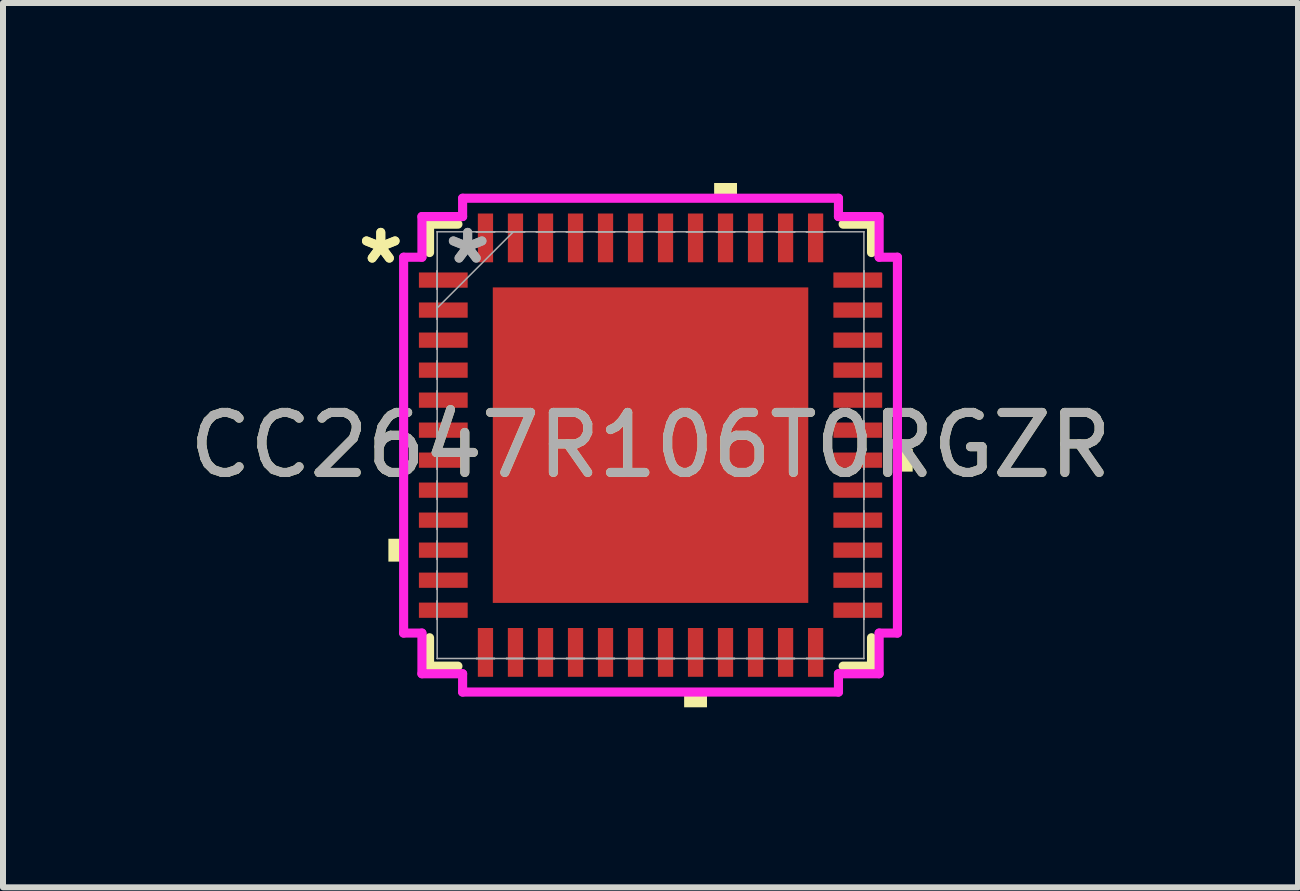
<source format=kicad_pcb>
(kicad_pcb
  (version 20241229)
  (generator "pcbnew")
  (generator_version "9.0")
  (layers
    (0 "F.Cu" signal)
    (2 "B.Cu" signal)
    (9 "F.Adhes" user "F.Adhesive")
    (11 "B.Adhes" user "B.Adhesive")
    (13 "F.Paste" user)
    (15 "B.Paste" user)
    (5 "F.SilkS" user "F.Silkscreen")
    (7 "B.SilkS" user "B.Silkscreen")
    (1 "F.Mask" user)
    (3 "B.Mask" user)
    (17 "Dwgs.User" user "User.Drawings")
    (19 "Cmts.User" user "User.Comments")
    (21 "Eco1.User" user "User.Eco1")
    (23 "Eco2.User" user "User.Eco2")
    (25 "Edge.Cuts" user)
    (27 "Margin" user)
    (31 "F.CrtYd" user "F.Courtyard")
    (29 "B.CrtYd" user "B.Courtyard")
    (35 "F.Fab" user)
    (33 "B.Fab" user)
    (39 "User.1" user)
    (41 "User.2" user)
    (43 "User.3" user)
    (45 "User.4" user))
  (footprint "CC2647R106T0RGZR"
    (layer "F.Cu")
    (at 7.792 4.369)
    (property "Reference" "CC2647R106T0RGZR" (at 0 0 0) (unlocked yes) (layer "F.SilkS") (effects (font (size 1 1) (thickness 0.15))))
    (attr smd)
    (fp_line (start -3.683 -3.683) (end -3.683 -3.21) (stroke (width 0.152) (type solid)) (layer "F.SilkS"))
    (fp_line (start -3.683 3.21) (end -3.683 3.683) (stroke (width 0.152) (type solid)) (layer "F.SilkS"))
    (fp_line (start -3.683 3.683) (end -3.21 3.683) (stroke (width 0.152) (type solid)) (layer "F.SilkS"))
    (fp_line (start -3.21 -3.683) (end -3.683 -3.683) (stroke (width 0.152) (type solid)) (layer "F.SilkS"))
    (fp_line (start 3.21 3.683) (end 3.683 3.683) (stroke (width 0.152) (type solid)) (layer "F.SilkS"))
    (fp_line (start 3.683 -3.683) (end 3.21 -3.683) (stroke (width 0.152) (type solid)) (layer "F.SilkS"))
    (fp_line (start 3.683 -3.21) (end 3.683 -3.683) (stroke (width 0.152) (type solid)) (layer "F.SilkS"))
    (fp_line (start 3.683 3.683) (end 3.683 3.21) (stroke (width 0.152) (type solid)) (layer "F.SilkS"))
    (fp_poly (pts (xy -4.369 1.56) (xy -4.369 1.941) (xy -4.115 1.941) (xy -4.115 1.56)) (stroke (width 0) (type solid)) (fill yes) (layer "F.SilkS"))
    (fp_poly (pts (xy 0.56 4.115) (xy 0.56 4.369) (xy 0.941 4.369) (xy 0.941 4.115)) (stroke (width 0) (type solid)) (fill yes) (layer "F.SilkS"))
    (fp_poly (pts (xy 1.06 -4.115) (xy 1.06 -4.369) (xy 1.441 -4.369) (xy 1.441 -4.115)) (stroke (width 0) (type solid)) (fill yes) (layer "F.SilkS"))
    (fp_poly (pts (xy 4.369 0.06) (xy 4.369 0.441) (xy 4.115 0.441) (xy 4.115 0.06)) (stroke (width 0) (type solid)) (fill yes) (layer "F.SilkS"))
    (fp_poly (pts (xy -2.529 -2.529) (xy -2.529 -1.414) (xy -1.414 -1.414) (xy -1.414 -2.529)) (stroke (width 0) (type solid)) (fill yes) (layer "F.Paste"))
    (fp_poly (pts (xy -2.529 -1.214) (xy -2.529 -0.1) (xy -1.414 -0.1) (xy -1.414 -1.214)) (stroke (width 0) (type solid)) (fill yes) (layer "F.Paste"))
    (fp_poly (pts (xy -2.529 0.1) (xy -2.529 1.214) (xy -1.414 1.214) (xy -1.414 0.1)) (stroke (width 0) (type solid)) (fill yes) (layer "F.Paste"))
    (fp_poly (pts (xy -2.529 1.414) (xy -2.529 2.529) (xy -1.414 2.529) (xy -1.414 1.414)) (stroke (width 0) (type solid)) (fill yes) (layer "F.Paste"))
    (fp_poly (pts (xy -1.214 -2.529) (xy -1.214 -1.414) (xy -0.1 -1.414) (xy -0.1 -2.529)) (stroke (width 0) (type solid)) (fill yes) (layer "F.Paste"))
    (fp_poly (pts (xy -1.214 -1.214) (xy -1.214 -0.1) (xy -0.1 -0.1) (xy -0.1 -1.214)) (stroke (width 0) (type solid)) (fill yes) (layer "F.Paste"))
    (fp_poly (pts (xy -1.214 0.1) (xy -1.214 1.214) (xy -0.1 1.214) (xy -0.1 0.1)) (stroke (width 0) (type solid)) (fill yes) (layer "F.Paste"))
    (fp_poly (pts (xy -1.214 1.414) (xy -1.214 2.529) (xy -0.1 2.529) (xy -0.1 1.414)) (stroke (width 0) (type solid)) (fill yes) (layer "F.Paste"))
    (fp_poly (pts (xy 0.1 -2.529) (xy 0.1 -1.414) (xy 1.214 -1.414) (xy 1.214 -2.529)) (stroke (width 0) (type solid)) (fill yes) (layer "F.Paste"))
    (fp_poly (pts (xy 0.1 -1.214) (xy 0.1 -0.1) (xy 1.214 -0.1) (xy 1.214 -1.214)) (stroke (width 0) (type solid)) (fill yes) (layer "F.Paste"))
    (fp_poly (pts (xy 0.1 0.1) (xy 0.1 1.214) (xy 1.214 1.214) (xy 1.214 0.1)) (stroke (width 0) (type solid)) (fill yes) (layer "F.Paste"))
    (fp_poly (pts (xy 0.1 1.414) (xy 0.1 2.529) (xy 1.214 2.529) (xy 1.214 1.414)) (stroke (width 0) (type solid)) (fill yes) (layer "F.Paste"))
    (fp_poly (pts (xy 1.414 -2.529) (xy 1.414 -1.414) (xy 2.529 -1.414) (xy 2.529 -2.529)) (stroke (width 0) (type solid)) (fill yes) (layer "F.Paste"))
    (fp_poly (pts (xy 1.414 -1.214) (xy 1.414 -0.1) (xy 2.529 -0.1) (xy 2.529 -1.214)) (stroke (width 0) (type solid)) (fill yes) (layer "F.Paste"))
    (fp_poly (pts (xy 1.414 0.1) (xy 1.414 1.214) (xy 2.529 1.214) (xy 2.529 0.1)) (stroke (width 0) (type solid)) (fill yes) (layer "F.Paste"))
    (fp_poly (pts (xy 1.414 1.414) (xy 1.414 2.529) (xy 2.529 2.529) (xy 2.529 1.414)) (stroke (width 0) (type solid)) (fill yes) (layer "F.Paste"))
    (fp_line (start -4.115 -3.132) (end -3.81 -3.132) (stroke (width 0.152) (type solid)) (layer "F.CrtYd"))
    (fp_line (start -4.115 3.132) (end -4.115 -3.132) (stroke (width 0.152) (type solid)) (layer "F.CrtYd"))
    (fp_line (start -3.81 -3.81) (end -3.132 -3.81) (stroke (width 0.152) (type solid)) (layer "F.CrtYd"))
    (fp_line (start -3.81 -3.132) (end -3.81 -3.81) (stroke (width 0.152) (type solid)) (layer "F.CrtYd"))
    (fp_line (start -3.81 3.132) (end -4.115 3.132) (stroke (width 0.152) (type solid)) (layer "F.CrtYd"))
    (fp_line (start -3.81 3.81) (end -3.81 3.132) (stroke (width 0.152) (type solid)) (layer "F.CrtYd"))
    (fp_line (start -3.132 -4.115) (end 3.132 -4.115) (stroke (width 0.152) (type solid)) (layer "F.CrtYd"))
    (fp_line (start -3.132 -3.81) (end -3.132 -4.115) (stroke (width 0.152) (type solid)) (layer "F.CrtYd"))
    (fp_line (start -3.132 3.81) (end -3.81 3.81) (stroke (width 0.152) (type solid)) (layer "F.CrtYd"))
    (fp_line (start -3.132 4.115) (end -3.132 3.81) (stroke (width 0.152) (type solid)) (layer "F.CrtYd"))
    (fp_line (start 3.132 -4.115) (end 3.132 -3.81) (stroke (width 0.152) (type solid)) (layer "F.CrtYd"))
    (fp_line (start 3.132 -3.81) (end 3.81 -3.81) (stroke (width 0.152) (type solid)) (layer "F.CrtYd"))
    (fp_line (start 3.132 3.81) (end 3.132 4.115) (stroke (width 0.152) (type solid)) (layer "F.CrtYd"))
    (fp_line (start 3.132 4.115) (end -3.132 4.115) (stroke (width 0.152) (type solid)) (layer "F.CrtYd"))
    (fp_line (start 3.81 -3.81) (end 3.81 -3.132) (stroke (width 0.152) (type solid)) (layer "F.CrtYd"))
    (fp_line (start 3.81 -3.132) (end 4.115 -3.132) (stroke (width 0.152) (type solid)) (layer "F.CrtYd"))
    (fp_line (start 3.81 3.132) (end 3.81 3.81) (stroke (width 0.152) (type solid)) (layer "F.CrtYd"))
    (fp_line (start 3.81 3.81) (end 3.132 3.81) (stroke (width 0.152) (type solid)) (layer "F.CrtYd"))
    (fp_line (start 4.115 -3.132) (end 4.115 3.132) (stroke (width 0.152) (type solid)) (layer "F.CrtYd"))
    (fp_line (start 4.115 3.132) (end 3.81 3.132) (stroke (width 0.152) (type solid)) (layer "F.CrtYd"))
    (fp_line (start -3.556 -3.556) (end -3.556 -3.556) (stroke (width 0.025) (type solid)) (layer "F.Fab"))
    (fp_line (start -3.556 -3.556) (end -3.556 3.556) (stroke (width 0.025) (type solid)) (layer "F.Fab"))
    (fp_line (start -3.556 -2.903) (end -3.556 -2.903) (stroke (width 0.025) (type solid)) (layer "F.Fab"))
    (fp_line (start -3.556 -2.903) (end -3.556 -2.598) (stroke (width 0.025) (type solid)) (layer "F.Fab"))
    (fp_line (start -3.556 -2.598) (end -3.556 -2.903) (stroke (width 0.025) (type solid)) (layer "F.Fab"))
    (fp_line (start -3.556 -2.598) (end -3.556 -2.598) (stroke (width 0.025) (type solid)) (layer "F.Fab"))
    (fp_line (start -3.556 -2.403) (end -3.556 -2.403) (stroke (width 0.025) (type solid)) (layer "F.Fab"))
    (fp_line (start -3.556 -2.403) (end -3.556 -2.098) (stroke (width 0.025) (type solid)) (layer "F.Fab"))
    (fp_line (start -3.556 -2.286) (end -2.286 -3.556) (stroke (width 0.025) (type solid)) (layer "F.Fab"))
    (fp_line (start -3.556 -2.098) (end -3.556 -2.403) (stroke (width 0.025) (type solid)) (layer "F.Fab"))
    (fp_line (start -3.556 -2.098) (end -3.556 -2.098) (stroke (width 0.025) (type solid)) (layer "F.Fab"))
    (fp_line (start -3.556 -1.903) (end -3.556 -1.903) (stroke (width 0.025) (type solid)) (layer "F.Fab"))
    (fp_line (start -3.556 -1.903) (end -3.556 -1.598) (stroke (width 0.025) (type solid)) (layer "F.Fab"))
    (fp_line (start -3.556 -1.598) (end -3.556 -1.903) (stroke (width 0.025) (type solid)) (layer "F.Fab"))
    (fp_line (start -3.556 -1.598) (end -3.556 -1.598) (stroke (width 0.025) (type solid)) (layer "F.Fab"))
    (fp_line (start -3.556 -1.403) (end -3.556 -1.403) (stroke (width 0.025) (type solid)) (layer "F.Fab"))
    (fp_line (start -3.556 -1.403) (end -3.556 -1.098) (stroke (width 0.025) (type solid)) (layer "F.Fab"))
    (fp_line (start -3.556 -1.098) (end -3.556 -1.403) (stroke (width 0.025) (type solid)) (layer "F.Fab"))
    (fp_line (start -3.556 -1.098) (end -3.556 -1.098) (stroke (width 0.025) (type solid)) (layer "F.Fab"))
    (fp_line (start -3.556 -0.903) (end -3.556 -0.903) (stroke (width 0.025) (type solid)) (layer "F.Fab"))
    (fp_line (start -3.556 -0.903) (end -3.556 -0.598) (stroke (width 0.025) (type solid)) (layer "F.Fab"))
    (fp_line (start -3.556 -0.598) (end -3.556 -0.903) (stroke (width 0.025) (type solid)) (layer "F.Fab"))
    (fp_line (start -3.556 -0.598) (end -3.556 -0.598) (stroke (width 0.025) (type solid)) (layer "F.Fab"))
    (fp_line (start -3.556 -0.402) (end -3.556 -0.402) (stroke (width 0.025) (type solid)) (layer "F.Fab"))
    (fp_line (start -3.556 -0.402) (end -3.556 -0.098) (stroke (width 0.025) (type solid)) (layer "F.Fab"))
    (fp_line (start -3.556 -0.098) (end -3.556 -0.402) (stroke (width 0.025) (type solid)) (layer "F.Fab"))
    (fp_line (start -3.556 -0.098) (end -3.556 -0.098) (stroke (width 0.025) (type solid)) (layer "F.Fab"))
    (fp_line (start -3.556 0.098) (end -3.556 0.098) (stroke (width 0.025) (type solid)) (layer "F.Fab"))
    (fp_line (start -3.556 0.098) (end -3.556 0.402) (stroke (width 0.025) (type solid)) (layer "F.Fab"))
    (fp_line (start -3.556 0.402) (end -3.556 0.098) (stroke (width 0.025) (type solid)) (layer "F.Fab"))
    (fp_line (start -3.556 0.402) (end -3.556 0.402) (stroke (width 0.025) (type solid)) (layer "F.Fab"))
    (fp_line (start -3.556 0.598) (end -3.556 0.598) (stroke (width 0.025) (type solid)) (layer "F.Fab"))
    (fp_line (start -3.556 0.598) (end -3.556 0.903) (stroke (width 0.025) (type solid)) (layer "F.Fab"))
    (fp_line (start -3.556 0.903) (end -3.556 0.598) (stroke (width 0.025) (type solid)) (layer "F.Fab"))
    (fp_line (start -3.556 0.903) (end -3.556 0.903) (stroke (width 0.025) (type solid)) (layer "F.Fab"))
    (fp_line (start -3.556 1.098) (end -3.556 1.098) (stroke (width 0.025) (type solid)) (layer "F.Fab"))
    (fp_line (start -3.556 1.098) (end -3.556 1.403) (stroke (width 0.025) (type solid)) (layer "F.Fab"))
    (fp_line (start -3.556 1.403) (end -3.556 1.098) (stroke (width 0.025) (type solid)) (layer "F.Fab"))
    (fp_line (start -3.556 1.403) (end -3.556 1.403) (stroke (width 0.025) (type solid)) (layer "F.Fab"))
    (fp_line (start -3.556 1.598) (end -3.556 1.598) (stroke (width 0.025) (type solid)) (layer "F.Fab"))
    (fp_line (start -3.556 1.598) (end -3.556 1.903) (stroke (width 0.025) (type solid)) (layer "F.Fab"))
    (fp_line (start -3.556 1.903) (end -3.556 1.598) (stroke (width 0.025) (type solid)) (layer "F.Fab"))
    (fp_line (start -3.556 1.903) (end -3.556 1.903) (stroke (width 0.025) (type solid)) (layer "F.Fab"))
    (fp_line (start -3.556 2.098) (end -3.556 2.098) (stroke (width 0.025) (type solid)) (layer "F.Fab"))
    (fp_line (start -3.556 2.098) (end -3.556 2.403) (stroke (width 0.025) (type solid)) (layer "F.Fab"))
    (fp_line (start -3.556 2.403) (end -3.556 2.098) (stroke (width 0.025) (type solid)) (layer "F.Fab"))
    (fp_line (start -3.556 2.403) (end -3.556 2.403) (stroke (width 0.025) (type solid)) (layer "F.Fab"))
    (fp_line (start -3.556 2.598) (end -3.556 2.598) (stroke (width 0.025) (type solid)) (layer "F.Fab"))
    (fp_line (start -3.556 2.598) (end -3.556 2.903) (stroke (width 0.025) (type solid)) (layer "F.Fab"))
    (fp_line (start -3.556 2.903) (end -3.556 2.598) (stroke (width 0.025) (type solid)) (layer "F.Fab"))
    (fp_line (start -3.556 2.903) (end -3.556 2.903) (stroke (width 0.025) (type solid)) (layer "F.Fab"))
    (fp_line (start -3.556 3.556) (end -3.556 3.556) (stroke (width 0.025) (type solid)) (layer "F.Fab"))
    (fp_line (start -3.556 3.556) (end 3.556 3.556) (stroke (width 0.025) (type solid)) (layer "F.Fab"))
    (fp_line (start -2.903 -3.556) (end -2.903 -3.556) (stroke (width 0.025) (type solid)) (layer "F.Fab"))
    (fp_line (start -2.903 -3.556) (end -2.598 -3.556) (stroke (width 0.025) (type solid)) (layer "F.Fab"))
    (fp_line (start -2.903 3.556) (end -2.903 3.556) (stroke (width 0.025) (type solid)) (layer "F.Fab"))
    (fp_line (start -2.903 3.556) (end -2.598 3.556) (stroke (width 0.025) (type solid)) (layer "F.Fab"))
    (fp_line (start -2.598 -3.556) (end -2.903 -3.556) (stroke (width 0.025) (type solid)) (layer "F.Fab"))
    (fp_line (start -2.598 -3.556) (end -2.598 -3.556) (stroke (width 0.025) (type solid)) (layer "F.Fab"))
    (fp_line (start -2.598 3.556) (end -2.903 3.556) (stroke (width 0.025) (type solid)) (layer "F.Fab"))
    (fp_line (start -2.598 3.556) (end -2.598 3.556) (stroke (width 0.025) (type solid)) (layer "F.Fab"))
    (fp_line (start -2.403 -3.556) (end -2.403 -3.556) (stroke (width 0.025) (type solid)) (layer "F.Fab"))
    (fp_line (start -2.403 -3.556) (end -2.098 -3.556) (stroke (width 0.025) (type solid)) (layer "F.Fab"))
    (fp_line (start -2.403 3.556) (end -2.403 3.556) (stroke (width 0.025) (type solid)) (layer "F.Fab"))
    (fp_line (start -2.403 3.556) (end -2.098 3.556) (stroke (width 0.025) (type solid)) (layer "F.Fab"))
    (fp_line (start -2.098 -3.556) (end -2.403 -3.556) (stroke (width 0.025) (type solid)) (layer "F.Fab"))
    (fp_line (start -2.098 -3.556) (end -2.098 -3.556) (stroke (width 0.025) (type solid)) (layer "F.Fab"))
    (fp_line (start -2.098 3.556) (end -2.403 3.556) (stroke (width 0.025) (type solid)) (layer "F.Fab"))
    (fp_line (start -2.098 3.556) (end -2.098 3.556) (stroke (width 0.025) (type solid)) (layer "F.Fab"))
    (fp_line (start -1.903 -3.556) (end -1.903 -3.556) (stroke (width 0.025) (type solid)) (layer "F.Fab"))
    (fp_line (start -1.903 -3.556) (end -1.598 -3.556) (stroke (width 0.025) (type solid)) (layer "F.Fab"))
    (fp_line (start -1.903 3.556) (end -1.903 3.556) (stroke (width 0.025) (type solid)) (layer "F.Fab"))
    (fp_line (start -1.903 3.556) (end -1.598 3.556) (stroke (width 0.025) (type solid)) (layer "F.Fab"))
    (fp_line (start -1.598 -3.556) (end -1.903 -3.556) (stroke (width 0.025) (type solid)) (layer "F.Fab"))
    (fp_line (start -1.598 -3.556) (end -1.598 -3.556) (stroke (width 0.025) (type solid)) (layer "F.Fab"))
    (fp_line (start -1.598 3.556) (end -1.903 3.556) (stroke (width 0.025) (type solid)) (layer "F.Fab"))
    (fp_line (start -1.598 3.556) (end -1.598 3.556) (stroke (width 0.025) (type solid)) (layer "F.Fab"))
    (fp_line (start -1.403 -3.556) (end -1.403 -3.556) (stroke (width 0.025) (type solid)) (layer "F.Fab"))
    (fp_line (start -1.403 -3.556) (end -1.098 -3.556) (stroke (width 0.025) (type solid)) (layer "F.Fab"))
    (fp_line (start -1.403 3.556) (end -1.403 3.556) (stroke (width 0.025) (type solid)) (layer "F.Fab"))
    (fp_line (start -1.403 3.556) (end -1.098 3.556) (stroke (width 0.025) (type solid)) (layer "F.Fab"))
    (fp_line (start -1.098 -3.556) (end -1.403 -3.556) (stroke (width 0.025) (type solid)) (layer "F.Fab"))
    (fp_line (start -1.098 -3.556) (end -1.098 -3.556) (stroke (width 0.025) (type solid)) (layer "F.Fab"))
    (fp_line (start -1.098 3.556) (end -1.403 3.556) (stroke (width 0.025) (type solid)) (layer "F.Fab"))
    (fp_line (start -1.098 3.556) (end -1.098 3.556) (stroke (width 0.025) (type solid)) (layer "F.Fab"))
    (fp_line (start -0.903 -3.556) (end -0.903 -3.556) (stroke (width 0.025) (type solid)) (layer "F.Fab"))
    (fp_line (start -0.903 -3.556) (end -0.598 -3.556) (stroke (width 0.025) (type solid)) (layer "F.Fab"))
    (fp_line (start -0.903 3.556) (end -0.903 3.556) (stroke (width 0.025) (type solid)) (layer "F.Fab"))
    (fp_line (start -0.903 3.556) (end -0.598 3.556) (stroke (width 0.025) (type solid)) (layer "F.Fab"))
    (fp_line (start -0.598 -3.556) (end -0.903 -3.556) (stroke (width 0.025) (type solid)) (layer "F.Fab"))
    (fp_line (start -0.598 -3.556) (end -0.598 -3.556) (stroke (width 0.025) (type solid)) (layer "F.Fab"))
    (fp_line (start -0.598 3.556) (end -0.903 3.556) (stroke (width 0.025) (type solid)) (layer "F.Fab"))
    (fp_line (start -0.598 3.556) (end -0.598 3.556) (stroke (width 0.025) (type solid)) (layer "F.Fab"))
    (fp_line (start -0.402 -3.556) (end -0.402 -3.556) (stroke (width 0.025) (type solid)) (layer "F.Fab"))
    (fp_line (start -0.402 -3.556) (end -0.098 -3.556) (stroke (width 0.025) (type solid)) (layer "F.Fab"))
    (fp_line (start -0.402 3.556) (end -0.402 3.556) (stroke (width 0.025) (type solid)) (layer "F.Fab"))
    (fp_line (start -0.402 3.556) (end -0.098 3.556) (stroke (width 0.025) (type solid)) (layer "F.Fab"))
    (fp_line (start -0.098 -3.556) (end -0.402 -3.556) (stroke (width 0.025) (type solid)) (layer "F.Fab"))
    (fp_line (start -0.098 -3.556) (end -0.098 -3.556) (stroke (width 0.025) (type solid)) (layer "F.Fab"))
    (fp_line (start -0.098 3.556) (end -0.402 3.556) (stroke (width 0.025) (type solid)) (layer "F.Fab"))
    (fp_line (start -0.098 3.556) (end -0.098 3.556) (stroke (width 0.025) (type solid)) (layer "F.Fab"))
    (fp_line (start 0.098 -3.556) (end 0.098 -3.556) (stroke (width 0.025) (type solid)) (layer "F.Fab"))
    (fp_line (start 0.098 -3.556) (end 0.402 -3.556) (stroke (width 0.025) (type solid)) (layer "F.Fab"))
    (fp_line (start 0.098 3.556) (end 0.098 3.556) (stroke (width 0.025) (type solid)) (layer "F.Fab"))
    (fp_line (start 0.098 3.556) (end 0.402 3.556) (stroke (width 0.025) (type solid)) (layer "F.Fab"))
    (fp_line (start 0.402 -3.556) (end 0.098 -3.556) (stroke (width 0.025) (type solid)) (layer "F.Fab"))
    (fp_line (start 0.402 -3.556) (end 0.402 -3.556) (stroke (width 0.025) (type solid)) (layer "F.Fab"))
    (fp_line (start 0.402 3.556) (end 0.098 3.556) (stroke (width 0.025) (type solid)) (layer "F.Fab"))
    (fp_line (start 0.402 3.556) (end 0.402 3.556) (stroke (width 0.025) (type solid)) (layer "F.Fab"))
    (fp_line (start 0.598 -3.556) (end 0.598 -3.556) (stroke (width 0.025) (type solid)) (layer "F.Fab"))
    (fp_line (start 0.598 -3.556) (end 0.903 -3.556) (stroke (width 0.025) (type solid)) (layer "F.Fab"))
    (fp_line (start 0.598 3.556) (end 0.598 3.556) (stroke (width 0.025) (type solid)) (layer "F.Fab"))
    (fp_line (start 0.598 3.556) (end 0.903 3.556) (stroke (width 0.025) (type solid)) (layer "F.Fab"))
    (fp_line (start 0.903 -3.556) (end 0.598 -3.556) (stroke (width 0.025) (type solid)) (layer "F.Fab"))
    (fp_line (start 0.903 -3.556) (end 0.903 -3.556) (stroke (width 0.025) (type solid)) (layer "F.Fab"))
    (fp_line (start 0.903 3.556) (end 0.598 3.556) (stroke (width 0.025) (type solid)) (layer "F.Fab"))
    (fp_line (start 0.903 3.556) (end 0.903 3.556) (stroke (width 0.025) (type solid)) (layer "F.Fab"))
    (fp_line (start 1.098 -3.556) (end 1.098 -3.556) (stroke (width 0.025) (type solid)) (layer "F.Fab"))
    (fp_line (start 1.098 -3.556) (end 1.403 -3.556) (stroke (width 0.025) (type solid)) (layer "F.Fab"))
    (fp_line (start 1.098 3.556) (end 1.098 3.556) (stroke (width 0.025) (type solid)) (layer "F.Fab"))
    (fp_line (start 1.098 3.556) (end 1.403 3.556) (stroke (width 0.025) (type solid)) (layer "F.Fab"))
    (fp_line (start 1.403 -3.556) (end 1.098 -3.556) (stroke (width 0.025) (type solid)) (layer "F.Fab"))
    (fp_line (start 1.403 -3.556) (end 1.403 -3.556) (stroke (width 0.025) (type solid)) (layer "F.Fab"))
    (fp_line (start 1.403 3.556) (end 1.098 3.556) (stroke (width 0.025) (type solid)) (layer "F.Fab"))
    (fp_line (start 1.403 3.556) (end 1.403 3.556) (stroke (width 0.025) (type solid)) (layer "F.Fab"))
    (fp_line (start 1.598 -3.556) (end 1.598 -3.556) (stroke (width 0.025) (type solid)) (layer "F.Fab"))
    (fp_line (start 1.598 -3.556) (end 1.903 -3.556) (stroke (width 0.025) (type solid)) (layer "F.Fab"))
    (fp_line (start 1.598 3.556) (end 1.598 3.556) (stroke (width 0.025) (type solid)) (layer "F.Fab"))
    (fp_line (start 1.598 3.556) (end 1.903 3.556) (stroke (width 0.025) (type solid)) (layer "F.Fab"))
    (fp_line (start 1.903 -3.556) (end 1.598 -3.556) (stroke (width 0.025) (type solid)) (layer "F.Fab"))
    (fp_line (start 1.903 -3.556) (end 1.903 -3.556) (stroke (width 0.025) (type solid)) (layer "F.Fab"))
    (fp_line (start 1.903 3.556) (end 1.598 3.556) (stroke (width 0.025) (type solid)) (layer "F.Fab"))
    (fp_line (start 1.903 3.556) (end 1.903 3.556) (stroke (width 0.025) (type solid)) (layer "F.Fab"))
    (fp_line (start 2.098 -3.556) (end 2.098 -3.556) (stroke (width 0.025) (type solid)) (layer "F.Fab"))
    (fp_line (start 2.098 -3.556) (end 2.403 -3.556) (stroke (width 0.025) (type solid)) (layer "F.Fab"))
    (fp_line (start 2.098 3.556) (end 2.098 3.556) (stroke (width 0.025) (type solid)) (layer "F.Fab"))
    (fp_line (start 2.098 3.556) (end 2.403 3.556) (stroke (width 0.025) (type solid)) (layer "F.Fab"))
    (fp_line (start 2.403 -3.556) (end 2.098 -3.556) (stroke (width 0.025) (type solid)) (layer "F.Fab"))
    (fp_line (start 2.403 -3.556) (end 2.403 -3.556) (stroke (width 0.025) (type solid)) (layer "F.Fab"))
    (fp_line (start 2.403 3.556) (end 2.098 3.556) (stroke (width 0.025) (type solid)) (layer "F.Fab"))
    (fp_line (start 2.403 3.556) (end 2.403 3.556) (stroke (width 0.025) (type solid)) (layer "F.Fab"))
    (fp_line (start 2.598 -3.556) (end 2.598 -3.556) (stroke (width 0.025) (type solid)) (layer "F.Fab"))
    (fp_line (start 2.598 -3.556) (end 2.903 -3.556) (stroke (width 0.025) (type solid)) (layer "F.Fab"))
    (fp_line (start 2.598 3.556) (end 2.598 3.556) (stroke (width 0.025) (type solid)) (layer "F.Fab"))
    (fp_line (start 2.598 3.556) (end 2.903 3.556) (stroke (width 0.025) (type solid)) (layer "F.Fab"))
    (fp_line (start 2.903 -3.556) (end 2.598 -3.556) (stroke (width 0.025) (type solid)) (layer "F.Fab"))
    (fp_line (start 2.903 -3.556) (end 2.903 -3.556) (stroke (width 0.025) (type solid)) (layer "F.Fab"))
    (fp_line (start 2.903 3.556) (end 2.598 3.556) (stroke (width 0.025) (type solid)) (layer "F.Fab"))
    (fp_line (start 2.903 3.556) (end 2.903 3.556) (stroke (width 0.025) (type solid)) (layer "F.Fab"))
    (fp_line (start 3.556 -3.556) (end -3.556 -3.556) (stroke (width 0.025) (type solid)) (layer "F.Fab"))
    (fp_line (start 3.556 -3.556) (end 3.556 -3.556) (stroke (width 0.025) (type solid)) (layer "F.Fab"))
    (fp_line (start 3.556 -2.903) (end 3.556 -2.903) (stroke (width 0.025) (type solid)) (layer "F.Fab"))
    (fp_line (start 3.556 -2.903) (end 3.556 -2.598) (stroke (width 0.025) (type solid)) (layer "F.Fab"))
    (fp_line (start 3.556 -2.598) (end 3.556 -2.903) (stroke (width 0.025) (type solid)) (layer "F.Fab"))
    (fp_line (start 3.556 -2.598) (end 3.556 -2.598) (stroke (width 0.025) (type solid)) (layer "F.Fab"))
    (fp_line (start 3.556 -2.403) (end 3.556 -2.403) (stroke (width 0.025) (type solid)) (layer "F.Fab"))
    (fp_line (start 3.556 -2.403) (end 3.556 -2.098) (stroke (width 0.025) (type solid)) (layer "F.Fab"))
    (fp_line (start 3.556 -2.098) (end 3.556 -2.403) (stroke (width 0.025) (type solid)) (layer "F.Fab"))
    (fp_line (start 3.556 -2.098) (end 3.556 -2.098) (stroke (width 0.025) (type solid)) (layer "F.Fab"))
    (fp_line (start 3.556 -1.903) (end 3.556 -1.903) (stroke (width 0.025) (type solid)) (layer "F.Fab"))
    (fp_line (start 3.556 -1.903) (end 3.556 -1.598) (stroke (width 0.025) (type solid)) (layer "F.Fab"))
    (fp_line (start 3.556 -1.598) (end 3.556 -1.903) (stroke (width 0.025) (type solid)) (layer "F.Fab"))
    (fp_line (start 3.556 -1.598) (end 3.556 -1.598) (stroke (width 0.025) (type solid)) (layer "F.Fab"))
    (fp_line (start 3.556 -1.403) (end 3.556 -1.403) (stroke (width 0.025) (type solid)) (layer "F.Fab"))
    (fp_line (start 3.556 -1.403) (end 3.556 -1.098) (stroke (width 0.025) (type solid)) (layer "F.Fab"))
    (fp_line (start 3.556 -1.098) (end 3.556 -1.403) (stroke (width 0.025) (type solid)) (layer "F.Fab"))
    (fp_line (start 3.556 -1.098) (end 3.556 -1.098) (stroke (width 0.025) (type solid)) (layer "F.Fab"))
    (fp_line (start 3.556 -0.903) (end 3.556 -0.903) (stroke (width 0.025) (type solid)) (layer "F.Fab"))
    (fp_line (start 3.556 -0.903) (end 3.556 -0.598) (stroke (width 0.025) (type solid)) (layer "F.Fab"))
    (fp_line (start 3.556 -0.598) (end 3.556 -0.903) (stroke (width 0.025) (type solid)) (layer "F.Fab"))
    (fp_line (start 3.556 -0.598) (end 3.556 -0.598) (stroke (width 0.025) (type solid)) (layer "F.Fab"))
    (fp_line (start 3.556 -0.402) (end 3.556 -0.402) (stroke (width 0.025) (type solid)) (layer "F.Fab"))
    (fp_line (start 3.556 -0.402) (end 3.556 -0.098) (stroke (width 0.025) (type solid)) (layer "F.Fab"))
    (fp_line (start 3.556 -0.098) (end 3.556 -0.402) (stroke (width 0.025) (type solid)) (layer "F.Fab"))
    (fp_line (start 3.556 -0.098) (end 3.556 -0.098) (stroke (width 0.025) (type solid)) (layer "F.Fab"))
    (fp_line (start 3.556 0.098) (end 3.556 0.098) (stroke (width 0.025) (type solid)) (layer "F.Fab"))
    (fp_line (start 3.556 0.098) (end 3.556 0.402) (stroke (width 0.025) (type solid)) (layer "F.Fab"))
    (fp_line (start 3.556 0.402) (end 3.556 0.098) (stroke (width 0.025) (type solid)) (layer "F.Fab"))
    (fp_line (start 3.556 0.402) (end 3.556 0.402) (stroke (width 0.025) (type solid)) (layer "F.Fab"))
    (fp_line (start 3.556 0.598) (end 3.556 0.598) (stroke (width 0.025) (type solid)) (layer "F.Fab"))
    (fp_line (start 3.556 0.598) (end 3.556 0.903) (stroke (width 0.025) (type solid)) (layer "F.Fab"))
    (fp_line (start 3.556 0.903) (end 3.556 0.598) (stroke (width 0.025) (type solid)) (layer "F.Fab"))
    (fp_line (start 3.556 0.903) (end 3.556 0.903) (stroke (width 0.025) (type solid)) (layer "F.Fab"))
    (fp_line (start 3.556 1.098) (end 3.556 1.098) (stroke (width 0.025) (type solid)) (layer "F.Fab"))
    (fp_line (start 3.556 1.098) (end 3.556 1.403) (stroke (width 0.025) (type solid)) (layer "F.Fab"))
    (fp_line (start 3.556 1.403) (end 3.556 1.098) (stroke (width 0.025) (type solid)) (layer "F.Fab"))
    (fp_line (start 3.556 1.403) (end 3.556 1.403) (stroke (width 0.025) (type solid)) (layer "F.Fab"))
    (fp_line (start 3.556 1.598) (end 3.556 1.598) (stroke (width 0.025) (type solid)) (layer "F.Fab"))
    (fp_line (start 3.556 1.598) (end 3.556 1.903) (stroke (width 0.025) (type solid)) (layer "F.Fab"))
    (fp_line (start 3.556 1.903) (end 3.556 1.598) (stroke (width 0.025) (type solid)) (layer "F.Fab"))
    (fp_line (start 3.556 1.903) (end 3.556 1.903) (stroke (width 0.025) (type solid)) (layer "F.Fab"))
    (fp_line (start 3.556 2.098) (end 3.556 2.098) (stroke (width 0.025) (type solid)) (layer "F.Fab"))
    (fp_line (start 3.556 2.098) (end 3.556 2.403) (stroke (width 0.025) (type solid)) (layer "F.Fab"))
    (fp_line (start 3.556 2.403) (end 3.556 2.098) (stroke (width 0.025) (type solid)) (layer "F.Fab"))
    (fp_line (start 3.556 2.403) (end 3.556 2.403) (stroke (width 0.025) (type solid)) (layer "F.Fab"))
    (fp_line (start 3.556 2.598) (end 3.556 2.598) (stroke (width 0.025) (type solid)) (layer "F.Fab"))
    (fp_line (start 3.556 2.598) (end 3.556 2.903) (stroke (width 0.025) (type solid)) (layer "F.Fab"))
    (fp_line (start 3.556 2.903) (end 3.556 2.598) (stroke (width 0.025) (type solid)) (layer "F.Fab"))
    (fp_line (start 3.556 2.903) (end 3.556 2.903) (stroke (width 0.025) (type solid)) (layer "F.Fab"))
    (fp_line (start 3.556 3.556) (end 3.556 -3.556) (stroke (width 0.025) (type solid)) (layer "F.Fab"))
    (fp_line (start 3.556 3.556) (end 3.556 3.556) (stroke (width 0.025) (type solid)) (layer "F.Fab"))
    (fp_text user "*" (at -4.496 -3.001 0) (unlocked yes) (layer "F.SilkS") (effects (font (size 1 1) (thickness 0.15))))
    (fp_text user "*" (at -4.496 -3.001 0) (layer "F.SilkS") (effects (font (size 1 1) (thickness 0.15))))
    (fp_text user "*" (at -3.048 -3.001 0) (unlocked yes) (layer "F.Fab") (effects (font (size 1 1) (thickness 0.15))))
    (fp_text user "${REFERENCE}" (at 0 0 0) (unlocked yes) (layer "F.Fab") (effects (font (size 1 1) (thickness 0.15))))
    (fp_text user "*" (at -3.048 -3.001 0) (layer "F.Fab") (effects (font (size 1 1) (thickness 0.15))))
    (pad "1" smd rect (at -3.454 -2.751 90) (size 0.254 0.813) (layers "F.Cu" "F.Mask" "F.Paste"))
    (pad "2" smd rect (at -3.454 -2.251 90) (size 0.254 0.813) (layers "F.Cu" "F.Mask" "F.Paste"))
    (pad "3" smd rect (at -3.454 -1.75 90) (size 0.254 0.813) (layers "F.Cu" "F.Mask" "F.Paste"))
    (pad "4" smd rect (at -3.454 -1.25 90) (size 0.254 0.813) (layers "F.Cu" "F.Mask" "F.Paste"))
    (pad "5" smd rect (at -3.454 -0.75 90) (size 0.254 0.813) (layers "F.Cu" "F.Mask" "F.Paste"))
    (pad "6" smd rect (at -3.454 -0.25 90) (size 0.254 0.813) (layers "F.Cu" "F.Mask" "F.Paste"))
    (pad "7" smd rect (at -3.454 0.25 90) (size 0.254 0.813) (layers "F.Cu" "F.Mask" "F.Paste"))
    (pad "8" smd rect (at -3.454 0.75 90) (size 0.254 0.813) (layers "F.Cu" "F.Mask" "F.Paste"))
    (pad "9" smd rect (at -3.454 1.25 90) (size 0.254 0.813) (layers "F.Cu" "F.Mask" "F.Paste"))
    (pad "10" smd rect (at -3.454 1.75 90) (size 0.254 0.813) (layers "F.Cu" "F.Mask" "F.Paste"))
    (pad "11" smd rect (at -3.454 2.251 90) (size 0.254 0.813) (layers "F.Cu" "F.Mask" "F.Paste"))
    (pad "12" smd rect (at -3.454 2.751 90) (size 0.254 0.813) (layers "F.Cu" "F.Mask" "F.Paste"))
    (pad "13" smd rect (at -2.751 3.454) (size 0.254 0.813) (layers "F.Cu" "F.Mask" "F.Paste"))
    (pad "14" smd rect (at -2.251 3.454) (size 0.254 0.813) (layers "F.Cu" "F.Mask" "F.Paste"))
    (pad "15" smd rect (at -1.75 3.454) (size 0.254 0.813) (layers "F.Cu" "F.Mask" "F.Paste"))
    (pad "16" smd rect (at -1.25 3.454) (size 0.254 0.813) (layers "F.Cu" "F.Mask" "F.Paste"))
    (pad "17" smd rect (at -0.75 3.454) (size 0.254 0.813) (layers "F.Cu" "F.Mask" "F.Paste"))
    (pad "18" smd rect (at -0.25 3.454) (size 0.254 0.813) (layers "F.Cu" "F.Mask" "F.Paste"))
    (pad "19" smd rect (at 0.25 3.454) (size 0.254 0.813) (layers "F.Cu" "F.Mask" "F.Paste"))
    (pad "20" smd rect (at 0.75 3.454) (size 0.254 0.813) (layers "F.Cu" "F.Mask" "F.Paste"))
    (pad "21" smd rect (at 1.25 3.454) (size 0.254 0.813) (layers "F.Cu" "F.Mask" "F.Paste"))
    (pad "22" smd rect (at 1.75 3.454) (size 0.254 0.813) (layers "F.Cu" "F.Mask" "F.Paste"))
    (pad "23" smd rect (at 2.251 3.454) (size 0.254 0.813) (layers "F.Cu" "F.Mask" "F.Paste"))
    (pad "24" smd rect (at 2.751 3.454) (size 0.254 0.813) (layers "F.Cu" "F.Mask" "F.Paste"))
    (pad "25" smd rect (at 3.454 2.751 90) (size 0.254 0.813) (layers "F.Cu" "F.Mask" "F.Paste"))
    (pad "26" smd rect (at 3.454 2.251 90) (size 0.254 0.813) (layers "F.Cu" "F.Mask" "F.Paste"))
    (pad "27" smd rect (at 3.454 1.75 90) (size 0.254 0.813) (layers "F.Cu" "F.Mask" "F.Paste"))
    (pad "28" smd rect (at 3.454 1.25 90) (size 0.254 0.813) (layers "F.Cu" "F.Mask" "F.Paste"))
    (pad "29" smd rect (at 3.454 0.75 90) (size 0.254 0.813) (layers "F.Cu" "F.Mask" "F.Paste"))
    (pad "30" smd rect (at 3.454 0.25 90) (size 0.254 0.813) (layers "F.Cu" "F.Mask" "F.Paste"))
    (pad "31" smd rect (at 3.454 -0.25 90) (size 0.254 0.813) (layers "F.Cu" "F.Mask" "F.Paste"))
    (pad "32" smd rect (at 3.454 -0.75 90) (size 0.254 0.813) (layers "F.Cu" "F.Mask" "F.Paste"))
    (pad "33" smd rect (at 3.454 -1.25 90) (size 0.254 0.813) (layers "F.Cu" "F.Mask" "F.Paste"))
    (pad "34" smd rect (at 3.454 -1.75 90) (size 0.254 0.813) (layers "F.Cu" "F.Mask" "F.Paste"))
    (pad "35" smd rect (at 3.454 -2.251 90) (size 0.254 0.813) (layers "F.Cu" "F.Mask" "F.Paste"))
    (pad "36" smd rect (at 3.454 -2.751 90) (size 0.254 0.813) (layers "F.Cu" "F.Mask" "F.Paste"))
    (pad "37" smd rect (at 2.751 -3.454) (size 0.254 0.813) (layers "F.Cu" "F.Mask" "F.Paste"))
    (pad "38" smd rect (at 2.251 -3.454) (size 0.254 0.813) (layers "F.Cu" "F.Mask" "F.Paste"))
    (pad "39" smd rect (at 1.75 -3.454) (size 0.254 0.813) (layers "F.Cu" "F.Mask" "F.Paste"))
    (pad "40" smd rect (at 1.25 -3.454) (size 0.254 0.813) (layers "F.Cu" "F.Mask" "F.Paste"))
    (pad "41" smd rect (at 0.75 -3.454) (size 0.254 0.813) (layers "F.Cu" "F.Mask" "F.Paste"))
    (pad "42" smd rect (at 0.25 -3.454) (size 0.254 0.813) (layers "F.Cu" "F.Mask" "F.Paste"))
    (pad "43" smd rect (at -0.25 -3.454) (size 0.254 0.813) (layers "F.Cu" "F.Mask" "F.Paste"))
    (pad "44" smd rect (at -0.75 -3.454) (size 0.254 0.813) (layers "F.Cu" "F.Mask" "F.Paste"))
    (pad "45" smd rect (at -1.25 -3.454) (size 0.254 0.813) (layers "F.Cu" "F.Mask" "F.Paste"))
    (pad "46" smd rect (at -1.75 -3.454) (size 0.254 0.813) (layers "F.Cu" "F.Mask" "F.Paste"))
    (pad "47" smd rect (at -2.251 -3.454) (size 0.254 0.813) (layers "F.Cu" "F.Mask" "F.Paste"))
    (pad "48" smd rect (at -2.751 -3.454) (size 0.254 0.813) (layers "F.Cu" "F.Mask" "F.Paste"))
    (pad "49" smd rect (at 0 0) (size 5.258 5.258) (layers "F.Cu" "F.Mask" "F.Paste")))
  (gr_rect
    (start -3 -3)
    (end 18.583 11.738)
    (stroke (width 0.1) (type default))
    (fill no)
    (layer "Edge.Cuts")))
</source>
